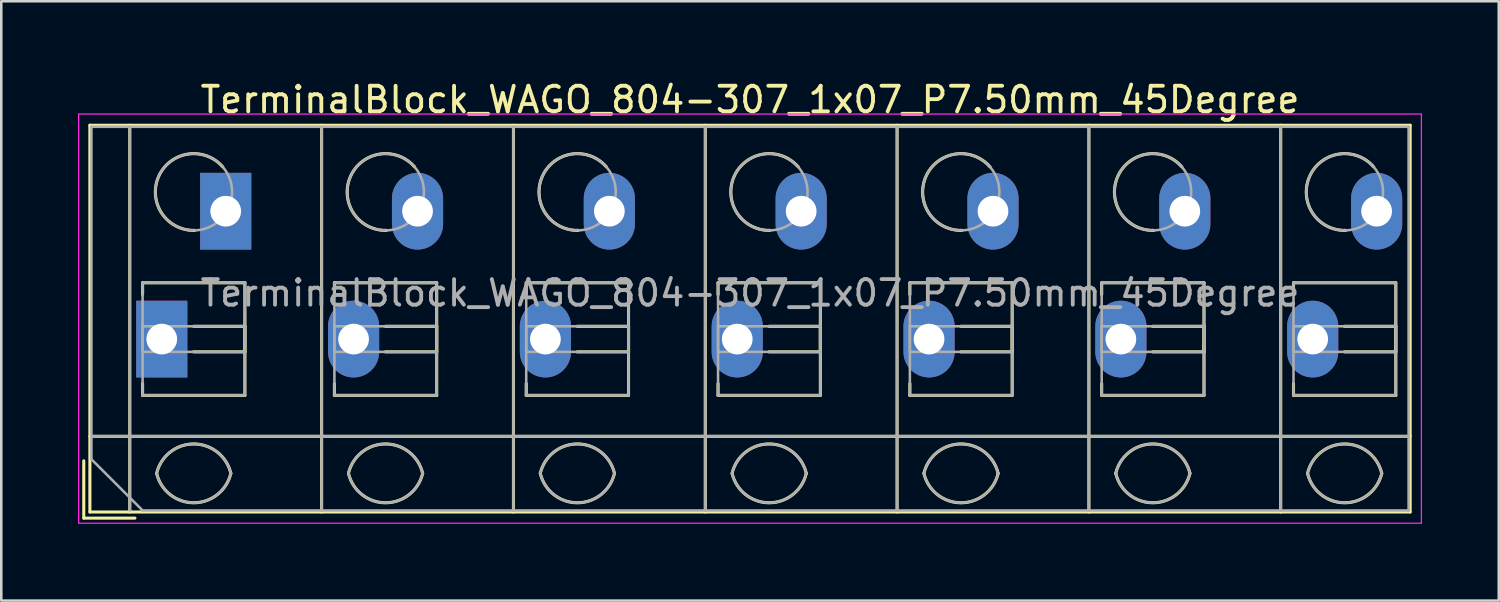
<source format=kicad_pcb>
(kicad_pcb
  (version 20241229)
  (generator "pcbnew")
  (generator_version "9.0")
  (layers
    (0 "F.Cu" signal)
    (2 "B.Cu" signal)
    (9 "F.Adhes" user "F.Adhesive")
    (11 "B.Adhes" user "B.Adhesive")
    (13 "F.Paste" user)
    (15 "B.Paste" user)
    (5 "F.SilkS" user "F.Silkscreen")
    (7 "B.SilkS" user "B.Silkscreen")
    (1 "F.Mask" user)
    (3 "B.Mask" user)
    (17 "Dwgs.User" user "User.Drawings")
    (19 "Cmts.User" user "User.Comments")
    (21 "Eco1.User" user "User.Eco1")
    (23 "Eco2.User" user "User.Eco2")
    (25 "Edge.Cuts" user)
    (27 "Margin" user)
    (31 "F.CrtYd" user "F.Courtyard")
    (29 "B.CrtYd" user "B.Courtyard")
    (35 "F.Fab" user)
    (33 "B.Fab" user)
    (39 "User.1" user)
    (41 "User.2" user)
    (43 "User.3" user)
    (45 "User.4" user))
  (footprint "TerminalBlock_WAGO_804-307_1x07_P7.50mm_45Degree"
    (layer "F.Cu")
    (at 3.275 10.208)
    (property "Reference" "TerminalBlock_WAGO_804-307_1x07_P7.50mm_45Degree" (at 23 -9.36 0) (layer "F.SilkS") (effects (font (size 1 1) (thickness 0.15))))
    (attr through_hole)
    (fp_line (start -3.05 4.76) (end -3.05 7) (stroke (width 0.12) (type solid)) (layer "F.SilkS"))
    (fp_line (start -3.05 7) (end -1.05 7) (stroke (width 0.12) (type solid)) (layer "F.SilkS"))
    (fp_line (start -2.81 -8.361) (end -2.81 6.76) (stroke (width 0.12) (type solid)) (layer "F.SilkS"))
    (fp_line (start -2.81 -8.361) (end 48.81 -8.361) (stroke (width 0.12) (type solid)) (layer "F.SilkS"))
    (fp_line (start -2.81 3.8) (end 48.81 3.8) (stroke (width 0.12) (type solid)) (layer "F.SilkS"))
    (fp_line (start -2.81 6.76) (end 48.81 6.76) (stroke (width 0.12) (type solid)) (layer "F.SilkS"))
    (fp_line (start -1.25 -8.361) (end -1.25 6.76) (stroke (width 0.12) (type solid)) (layer "F.SilkS"))
    (fp_line (start -0.75 -2.2) (end -0.75 -1.74) (stroke (width 0.12) (type solid)) (layer "F.SilkS"))
    (fp_line (start -0.75 -2.2) (end 3.25 -2.2) (stroke (width 0.12) (type solid)) (layer "F.SilkS"))
    (fp_line (start -0.75 1.74) (end -0.75 2.2) (stroke (width 0.12) (type solid)) (layer "F.SilkS"))
    (fp_line (start -0.75 2.2) (end 3.25 2.2) (stroke (width 0.12) (type solid)) (layer "F.SilkS"))
    (fp_line (start 1.24 -0.5) (end 3.25 -0.5) (stroke (width 0.12) (type solid)) (layer "F.SilkS"))
    (fp_line (start 1.24 0.5) (end 3.25 0.5) (stroke (width 0.12) (type solid)) (layer "F.SilkS"))
    (fp_line (start 3.25 -2.2) (end 3.25 2.2) (stroke (width 0.12) (type solid)) (layer "F.SilkS"))
    (fp_line (start 3.25 -0.5) (end 3.25 0.5) (stroke (width 0.12) (type solid)) (layer "F.SilkS"))
    (fp_line (start 6.25 -8.361) (end 6.25 6.76) (stroke (width 0.12) (type solid)) (layer "F.SilkS"))
    (fp_line (start 6.75 -2.2) (end 6.75 -1.74) (stroke (width 0.12) (type solid)) (layer "F.SilkS"))
    (fp_line (start 6.75 -2.2) (end 10.75 -2.2) (stroke (width 0.12) (type solid)) (layer "F.SilkS"))
    (fp_line (start 6.75 1.74) (end 6.75 2.2) (stroke (width 0.12) (type solid)) (layer "F.SilkS"))
    (fp_line (start 6.75 2.2) (end 10.75 2.2) (stroke (width 0.12) (type solid)) (layer "F.SilkS"))
    (fp_line (start 8.74 -0.5) (end 10.75 -0.5) (stroke (width 0.12) (type solid)) (layer "F.SilkS"))
    (fp_line (start 8.74 0.5) (end 10.75 0.5) (stroke (width 0.12) (type solid)) (layer "F.SilkS"))
    (fp_line (start 10.75 -2.2) (end 10.75 2.2) (stroke (width 0.12) (type solid)) (layer "F.SilkS"))
    (fp_line (start 10.75 -0.5) (end 10.75 0.5) (stroke (width 0.12) (type solid)) (layer "F.SilkS"))
    (fp_line (start 13.75 -8.361) (end 13.75 6.76) (stroke (width 0.12) (type solid)) (layer "F.SilkS"))
    (fp_line (start 14.25 -2.2) (end 14.25 -1.74) (stroke (width 0.12) (type solid)) (layer "F.SilkS"))
    (fp_line (start 14.25 -2.2) (end 18.25 -2.2) (stroke (width 0.12) (type solid)) (layer "F.SilkS"))
    (fp_line (start 14.25 1.74) (end 14.25 2.2) (stroke (width 0.12) (type solid)) (layer "F.SilkS"))
    (fp_line (start 14.25 2.2) (end 18.25 2.2) (stroke (width 0.12) (type solid)) (layer "F.SilkS"))
    (fp_line (start 16.24 -0.5) (end 18.25 -0.5) (stroke (width 0.12) (type solid)) (layer "F.SilkS"))
    (fp_line (start 16.24 0.5) (end 18.25 0.5) (stroke (width 0.12) (type solid)) (layer "F.SilkS"))
    (fp_line (start 18.25 -2.2) (end 18.25 2.2) (stroke (width 0.12) (type solid)) (layer "F.SilkS"))
    (fp_line (start 18.25 -0.5) (end 18.25 0.5) (stroke (width 0.12) (type solid)) (layer "F.SilkS"))
    (fp_line (start 21.25 -8.361) (end 21.25 6.76) (stroke (width 0.12) (type solid)) (layer "F.SilkS"))
    (fp_line (start 21.75 -2.2) (end 21.75 -1.74) (stroke (width 0.12) (type solid)) (layer "F.SilkS"))
    (fp_line (start 21.75 -2.2) (end 25.75 -2.2) (stroke (width 0.12) (type solid)) (layer "F.SilkS"))
    (fp_line (start 21.75 1.74) (end 21.75 2.2) (stroke (width 0.12) (type solid)) (layer "F.SilkS"))
    (fp_line (start 21.75 2.2) (end 25.75 2.2) (stroke (width 0.12) (type solid)) (layer "F.SilkS"))
    (fp_line (start 23.74 -0.5) (end 25.75 -0.5) (stroke (width 0.12) (type solid)) (layer "F.SilkS"))
    (fp_line (start 23.74 0.5) (end 25.75 0.5) (stroke (width 0.12) (type solid)) (layer "F.SilkS"))
    (fp_line (start 25.75 -2.2) (end 25.75 2.2) (stroke (width 0.12) (type solid)) (layer "F.SilkS"))
    (fp_line (start 25.75 -0.5) (end 25.75 0.5) (stroke (width 0.12) (type solid)) (layer "F.SilkS"))
    (fp_line (start 28.75 -8.361) (end 28.75 6.76) (stroke (width 0.12) (type solid)) (layer "F.SilkS"))
    (fp_line (start 29.25 -2.2) (end 29.25 -1.74) (stroke (width 0.12) (type solid)) (layer "F.SilkS"))
    (fp_line (start 29.25 -2.2) (end 33.25 -2.2) (stroke (width 0.12) (type solid)) (layer "F.SilkS"))
    (fp_line (start 29.25 1.74) (end 29.25 2.2) (stroke (width 0.12) (type solid)) (layer "F.SilkS"))
    (fp_line (start 29.25 2.2) (end 33.25 2.2) (stroke (width 0.12) (type solid)) (layer "F.SilkS"))
    (fp_line (start 31.24 -0.5) (end 33.25 -0.5) (stroke (width 0.12) (type solid)) (layer "F.SilkS"))
    (fp_line (start 31.24 0.5) (end 33.25 0.5) (stroke (width 0.12) (type solid)) (layer "F.SilkS"))
    (fp_line (start 33.25 -2.2) (end 33.25 2.2) (stroke (width 0.12) (type solid)) (layer "F.SilkS"))
    (fp_line (start 33.25 -0.5) (end 33.25 0.5) (stroke (width 0.12) (type solid)) (layer "F.SilkS"))
    (fp_line (start 36.25 -8.361) (end 36.25 6.76) (stroke (width 0.12) (type solid)) (layer "F.SilkS"))
    (fp_line (start 36.75 -2.2) (end 36.75 -1.74) (stroke (width 0.12) (type solid)) (layer "F.SilkS"))
    (fp_line (start 36.75 -2.2) (end 40.75 -2.2) (stroke (width 0.12) (type solid)) (layer "F.SilkS"))
    (fp_line (start 36.75 1.74) (end 36.75 2.2) (stroke (width 0.12) (type solid)) (layer "F.SilkS"))
    (fp_line (start 36.75 2.2) (end 40.75 2.2) (stroke (width 0.12) (type solid)) (layer "F.SilkS"))
    (fp_line (start 38.74 -0.5) (end 40.75 -0.5) (stroke (width 0.12) (type solid)) (layer "F.SilkS"))
    (fp_line (start 38.74 0.5) (end 40.75 0.5) (stroke (width 0.12) (type solid)) (layer "F.SilkS"))
    (fp_line (start 40.75 -2.2) (end 40.75 2.2) (stroke (width 0.12) (type solid)) (layer "F.SilkS"))
    (fp_line (start 40.75 -0.5) (end 40.75 0.5) (stroke (width 0.12) (type solid)) (layer "F.SilkS"))
    (fp_line (start 43.75 -8.361) (end 43.75 6.76) (stroke (width 0.12) (type solid)) (layer "F.SilkS"))
    (fp_line (start 44.25 -2.2) (end 44.25 -1.74) (stroke (width 0.12) (type solid)) (layer "F.SilkS"))
    (fp_line (start 44.25 -2.2) (end 48.25 -2.2) (stroke (width 0.12) (type solid)) (layer "F.SilkS"))
    (fp_line (start 44.25 1.74) (end 44.25 2.2) (stroke (width 0.12) (type solid)) (layer "F.SilkS"))
    (fp_line (start 44.25 2.2) (end 48.25 2.2) (stroke (width 0.12) (type solid)) (layer "F.SilkS"))
    (fp_line (start 46.24 -0.5) (end 48.25 -0.5) (stroke (width 0.12) (type solid)) (layer "F.SilkS"))
    (fp_line (start 46.24 0.5) (end 48.25 0.5) (stroke (width 0.12) (type solid)) (layer "F.SilkS"))
    (fp_line (start 48.25 -2.2) (end 48.25 2.2) (stroke (width 0.12) (type solid)) (layer "F.SilkS"))
    (fp_line (start 48.25 -0.5) (end 48.25 0.5) (stroke (width 0.12) (type solid)) (layer "F.SilkS"))
    (fp_line (start 48.81 -8.361) (end 48.81 6.76) (stroke (width 0.12) (type solid)) (layer "F.SilkS"))
    (fp_arc (start -0.200865 5.250424) (mid 1.250296 4.099926) (end 2.701 5.251) (stroke (width 0.12) (type solid)) (layer "F.SilkS"))
    (fp_arc (start 1.276179 -4.250228) (mid 1.26309 -4.250057) (end 1.25 -4.25) (stroke (width 0.12) (type solid)) (layer "F.SilkS"))
    (fp_arc (start 1.276275 -4.248926) (mid -0.121539 -6.360568) (end 2.383 -6.735) (stroke (width 0.12) (type solid)) (layer "F.SilkS"))
    (fp_arc (start 2.7 5.25) (mid 1.250068 6.400101) (end -0.199969 5.250133) (stroke (width 0.12) (type solid)) (layer "F.SilkS"))
    (fp_arc (start 7.299135 5.250424) (mid 8.750296 4.099926) (end 10.201 5.251) (stroke (width 0.12) (type solid)) (layer "F.SilkS"))
    (fp_arc (start 8.776179 -4.250228) (mid 8.76309 -4.250057) (end 8.75 -4.25) (stroke (width 0.12) (type solid)) (layer "F.SilkS"))
    (fp_arc (start 8.776275 -4.248926) (mid 7.378461 -6.360568) (end 9.883 -6.735) (stroke (width 0.12) (type solid)) (layer "F.SilkS"))
    (fp_arc (start 10.2 5.25) (mid 8.750068 6.400101) (end 7.300031 5.250133) (stroke (width 0.12) (type solid)) (layer "F.SilkS"))
    (fp_arc (start 14.799135 5.250424) (mid 16.250296 4.099926) (end 17.701 5.251) (stroke (width 0.12) (type solid)) (layer "F.SilkS"))
    (fp_arc (start 16.276179 -4.250228) (mid 16.26309 -4.250057) (end 16.25 -4.25) (stroke (width 0.12) (type solid)) (layer "F.SilkS"))
    (fp_arc (start 16.276275 -4.248926) (mid 14.878461 -6.360568) (end 17.383 -6.735) (stroke (width 0.12) (type solid)) (layer "F.SilkS"))
    (fp_arc (start 17.7 5.25) (mid 16.250068 6.400101) (end 14.800031 5.250133) (stroke (width 0.12) (type solid)) (layer "F.SilkS"))
    (fp_arc (start 22.299135 5.250424) (mid 23.750296 4.099926) (end 25.201 5.251) (stroke (width 0.12) (type solid)) (layer "F.SilkS"))
    (fp_arc (start 23.776179 -4.250228) (mid 23.76309 -4.250057) (end 23.75 -4.25) (stroke (width 0.12) (type solid)) (layer "F.SilkS"))
    (fp_arc (start 23.776275 -4.248926) (mid 22.378461 -6.360568) (end 24.883 -6.735) (stroke (width 0.12) (type solid)) (layer "F.SilkS"))
    (fp_arc (start 25.2 5.25) (mid 23.750068 6.400101) (end 22.300031 5.250133) (stroke (width 0.12) (type solid)) (layer "F.SilkS"))
    (fp_arc (start 29.799135 5.250424) (mid 31.250296 4.099926) (end 32.701 5.251) (stroke (width 0.12) (type solid)) (layer "F.SilkS"))
    (fp_arc (start 31.276179 -4.250228) (mid 31.26309 -4.250057) (end 31.25 -4.25) (stroke (width 0.12) (type solid)) (layer "F.SilkS"))
    (fp_arc (start 31.276275 -4.248926) (mid 29.878461 -6.360568) (end 32.383 -6.735) (stroke (width 0.12) (type solid)) (layer "F.SilkS"))
    (fp_arc (start 32.701 5.25) (mid 31.250296 6.401074) (end 29.799135 5.250576) (stroke (width 0.12) (type solid)) (layer "F.SilkS"))
    (fp_arc (start 37.299135 5.250424) (mid 38.750296 4.099926) (end 40.201 5.251) (stroke (width 0.12) (type solid)) (layer "F.SilkS"))
    (fp_arc (start 38.776179 -4.250228) (mid 38.76309 -4.250057) (end 38.75 -4.25) (stroke (width 0.12) (type solid)) (layer "F.SilkS"))
    (fp_arc (start 38.776275 -4.248926) (mid 37.378461 -6.360568) (end 39.883 -6.735) (stroke (width 0.12) (type solid)) (layer "F.SilkS"))
    (fp_arc (start 40.2 5.25) (mid 38.750068 6.400101) (end 37.300031 5.250133) (stroke (width 0.12) (type solid)) (layer "F.SilkS"))
    (fp_arc (start 44.799135 5.250424) (mid 46.250296 4.099926) (end 47.701 5.251) (stroke (width 0.12) (type solid)) (layer "F.SilkS"))
    (fp_arc (start 46.276179 -4.250228) (mid 46.26309 -4.250057) (end 46.25 -4.25) (stroke (width 0.12) (type solid)) (layer "F.SilkS"))
    (fp_arc (start 46.276275 -4.248926) (mid 44.878461 -6.360568) (end 47.383 -6.735) (stroke (width 0.12) (type solid)) (layer "F.SilkS"))
    (fp_arc (start 47.7 5.25) (mid 46.250068 6.400101) (end 44.800031 5.250133) (stroke (width 0.12) (type solid)) (layer "F.SilkS"))
    (fp_line (start -3.25 -8.8) (end -3.25 7.2) (stroke (width 0.05) (type solid)) (layer "F.CrtYd"))
    (fp_line (start -3.25 7.2) (end 49.25 7.2) (stroke (width 0.05) (type solid)) (layer "F.CrtYd"))
    (fp_line (start 49.25 -8.8) (end -3.25 -8.8) (stroke (width 0.05) (type solid)) (layer "F.CrtYd"))
    (fp_line (start 49.25 7.2) (end 49.25 -8.8) (stroke (width 0.05) (type solid)) (layer "F.CrtYd"))
    (fp_line (start -2.75 -8.3) (end 48.75 -8.3) (stroke (width 0.1) (type solid)) (layer "F.Fab"))
    (fp_line (start -2.75 3.8) (end 48.75 3.8) (stroke (width 0.1) (type solid)) (layer "F.Fab"))
    (fp_line (start -2.75 4.7) (end -2.75 -8.3) (stroke (width 0.1) (type solid)) (layer "F.Fab"))
    (fp_line (start -1.25 -8.3) (end -1.25 6.7) (stroke (width 0.1) (type solid)) (layer "F.Fab"))
    (fp_line (start -0.75 -2.2) (end -0.75 2.2) (stroke (width 0.1) (type solid)) (layer "F.Fab"))
    (fp_line (start -0.75 -0.5) (end -0.75 0.5) (stroke (width 0.1) (type solid)) (layer "F.Fab"))
    (fp_line (start -0.75 0.5) (end 3.25 0.5) (stroke (width 0.1) (type solid)) (layer "F.Fab"))
    (fp_line (start -0.75 2.2) (end 3.25 2.2) (stroke (width 0.1) (type solid)) (layer "F.Fab"))
    (fp_line (start -0.75 6.7) (end -2.75 4.7) (stroke (width 0.1) (type solid)) (layer "F.Fab"))
    (fp_line (start 3.25 -2.2) (end -0.75 -2.2) (stroke (width 0.1) (type solid)) (layer "F.Fab"))
    (fp_line (start 3.25 -0.5) (end -0.75 -0.5) (stroke (width 0.1) (type solid)) (layer "F.Fab"))
    (fp_line (start 3.25 0.5) (end 3.25 -0.5) (stroke (width 0.1) (type solid)) (layer "F.Fab"))
    (fp_line (start 3.25 2.2) (end 3.25 -2.2) (stroke (width 0.1) (type solid)) (layer "F.Fab"))
    (fp_line (start 6.25 -8.3) (end 6.25 6.7) (stroke (width 0.1) (type solid)) (layer "F.Fab"))
    (fp_line (start 6.75 -2.2) (end 6.75 2.2) (stroke (width 0.1) (type solid)) (layer "F.Fab"))
    (fp_line (start 6.75 -0.5) (end 6.75 0.5) (stroke (width 0.1) (type solid)) (layer "F.Fab"))
    (fp_line (start 6.75 0.5) (end 10.75 0.5) (stroke (width 0.1) (type solid)) (layer "F.Fab"))
    (fp_line (start 6.75 2.2) (end 10.75 2.2) (stroke (width 0.1) (type solid)) (layer "F.Fab"))
    (fp_line (start 10.75 -2.2) (end 6.75 -2.2) (stroke (width 0.1) (type solid)) (layer "F.Fab"))
    (fp_line (start 10.75 -0.5) (end 6.75 -0.5) (stroke (width 0.1) (type solid)) (layer "F.Fab"))
    (fp_line (start 10.75 0.5) (end 10.75 -0.5) (stroke (width 0.1) (type solid)) (layer "F.Fab"))
    (fp_line (start 10.75 2.2) (end 10.75 -2.2) (stroke (width 0.1) (type solid)) (layer "F.Fab"))
    (fp_line (start 13.75 -8.3) (end 13.75 6.7) (stroke (width 0.1) (type solid)) (layer "F.Fab"))
    (fp_line (start 14.25 -2.2) (end 14.25 2.2) (stroke (width 0.1) (type solid)) (layer "F.Fab"))
    (fp_line (start 14.25 -0.5) (end 14.25 0.5) (stroke (width 0.1) (type solid)) (layer "F.Fab"))
    (fp_line (start 14.25 0.5) (end 18.25 0.5) (stroke (width 0.1) (type solid)) (layer "F.Fab"))
    (fp_line (start 14.25 2.2) (end 18.25 2.2) (stroke (width 0.1) (type solid)) (layer "F.Fab"))
    (fp_line (start 18.25 -2.2) (end 14.25 -2.2) (stroke (width 0.1) (type solid)) (layer "F.Fab"))
    (fp_line (start 18.25 -0.5) (end 14.25 -0.5) (stroke (width 0.1) (type solid)) (layer "F.Fab"))
    (fp_line (start 18.25 0.5) (end 18.25 -0.5) (stroke (width 0.1) (type solid)) (layer "F.Fab"))
    (fp_line (start 18.25 2.2) (end 18.25 -2.2) (stroke (width 0.1) (type solid)) (layer "F.Fab"))
    (fp_line (start 21.25 -8.3) (end 21.25 6.7) (stroke (width 0.1) (type solid)) (layer "F.Fab"))
    (fp_line (start 21.75 -2.2) (end 21.75 2.2) (stroke (width 0.1) (type solid)) (layer "F.Fab"))
    (fp_line (start 21.75 -0.5) (end 21.75 0.5) (stroke (width 0.1) (type solid)) (layer "F.Fab"))
    (fp_line (start 21.75 0.5) (end 25.75 0.5) (stroke (width 0.1) (type solid)) (layer "F.Fab"))
    (fp_line (start 21.75 2.2) (end 25.75 2.2) (stroke (width 0.1) (type solid)) (layer "F.Fab"))
    (fp_line (start 25.75 -2.2) (end 21.75 -2.2) (stroke (width 0.1) (type solid)) (layer "F.Fab"))
    (fp_line (start 25.75 -0.5) (end 21.75 -0.5) (stroke (width 0.1) (type solid)) (layer "F.Fab"))
    (fp_line (start 25.75 0.5) (end 25.75 -0.5) (stroke (width 0.1) (type solid)) (layer "F.Fab"))
    (fp_line (start 25.75 2.2) (end 25.75 -2.2) (stroke (width 0.1) (type solid)) (layer "F.Fab"))
    (fp_line (start 28.75 -8.3) (end 28.75 6.7) (stroke (width 0.1) (type solid)) (layer "F.Fab"))
    (fp_line (start 29.25 -2.2) (end 29.25 2.2) (stroke (width 0.1) (type solid)) (layer "F.Fab"))
    (fp_line (start 29.25 -0.5) (end 29.25 0.5) (stroke (width 0.1) (type solid)) (layer "F.Fab"))
    (fp_line (start 29.25 0.5) (end 33.25 0.5) (stroke (width 0.1) (type solid)) (layer "F.Fab"))
    (fp_line (start 29.25 2.2) (end 33.25 2.2) (stroke (width 0.1) (type solid)) (layer "F.Fab"))
    (fp_line (start 33.25 -2.2) (end 29.25 -2.2) (stroke (width 0.1) (type solid)) (layer "F.Fab"))
    (fp_line (start 33.25 -0.5) (end 29.25 -0.5) (stroke (width 0.1) (type solid)) (layer "F.Fab"))
    (fp_line (start 33.25 0.5) (end 33.25 -0.5) (stroke (width 0.1) (type solid)) (layer "F.Fab"))
    (fp_line (start 33.25 2.2) (end 33.25 -2.2) (stroke (width 0.1) (type solid)) (layer "F.Fab"))
    (fp_line (start 36.25 -8.3) (end 36.25 6.7) (stroke (width 0.1) (type solid)) (layer "F.Fab"))
    (fp_line (start 36.75 -2.2) (end 36.75 2.2) (stroke (width 0.1) (type solid)) (layer "F.Fab"))
    (fp_line (start 36.75 -0.5) (end 36.75 0.5) (stroke (width 0.1) (type solid)) (layer "F.Fab"))
    (fp_line (start 36.75 0.5) (end 40.75 0.5) (stroke (width 0.1) (type solid)) (layer "F.Fab"))
    (fp_line (start 36.75 2.2) (end 40.75 2.2) (stroke (width 0.1) (type solid)) (layer "F.Fab"))
    (fp_line (start 40.75 -2.2) (end 36.75 -2.2) (stroke (width 0.1) (type solid)) (layer "F.Fab"))
    (fp_line (start 40.75 -0.5) (end 36.75 -0.5) (stroke (width 0.1) (type solid)) (layer "F.Fab"))
    (fp_line (start 40.75 0.5) (end 40.75 -0.5) (stroke (width 0.1) (type solid)) (layer "F.Fab"))
    (fp_line (start 40.75 2.2) (end 40.75 -2.2) (stroke (width 0.1) (type solid)) (layer "F.Fab"))
    (fp_line (start 43.75 -8.3) (end 43.75 6.7) (stroke (width 0.1) (type solid)) (layer "F.Fab"))
    (fp_line (start 44.25 -2.2) (end 44.25 2.2) (stroke (width 0.1) (type solid)) (layer "F.Fab"))
    (fp_line (start 44.25 -0.5) (end 44.25 0.5) (stroke (width 0.1) (type solid)) (layer "F.Fab"))
    (fp_line (start 44.25 0.5) (end 48.25 0.5) (stroke (width 0.1) (type solid)) (layer "F.Fab"))
    (fp_line (start 44.25 2.2) (end 48.25 2.2) (stroke (width 0.1) (type solid)) (layer "F.Fab"))
    (fp_line (start 48.25 -2.2) (end 44.25 -2.2) (stroke (width 0.1) (type solid)) (layer "F.Fab"))
    (fp_line (start 48.25 -0.5) (end 44.25 -0.5) (stroke (width 0.1) (type solid)) (layer "F.Fab"))
    (fp_line (start 48.25 0.5) (end 48.25 -0.5) (stroke (width 0.1) (type solid)) (layer "F.Fab"))
    (fp_line (start 48.25 2.2) (end 48.25 -2.2) (stroke (width 0.1) (type solid)) (layer "F.Fab"))
    (fp_line (start 48.75 -8.3) (end 48.75 6.7) (stroke (width 0.1) (type solid)) (layer "F.Fab"))
    (fp_line (start 48.75 6.7) (end -0.75 6.7) (stroke (width 0.1) (type solid)) (layer "F.Fab"))
    (fp_arc (start -0.200865 5.250424) (mid 1.250296 4.099926) (end 2.701 5.251) (stroke (width 0.1) (type solid)) (layer "F.Fab"))
    (fp_arc (start 2.7 5.25) (mid 1.250068 6.400101) (end -0.199969 5.250133) (stroke (width 0.1) (type solid)) (layer "F.Fab"))
    (fp_arc (start 7.299135 5.250424) (mid 8.750296 4.099926) (end 10.201 5.251) (stroke (width 0.1) (type solid)) (layer "F.Fab"))
    (fp_arc (start 10.2 5.25) (mid 8.750068 6.400101) (end 7.300031 5.250133) (stroke (width 0.1) (type solid)) (layer "F.Fab"))
    (fp_arc (start 14.799135 5.250424) (mid 16.250296 4.099926) (end 17.701 5.251) (stroke (width 0.1) (type solid)) (layer "F.Fab"))
    (fp_arc (start 17.7 5.25) (mid 16.250068 6.400101) (end 14.800031 5.250133) (stroke (width 0.1) (type solid)) (layer "F.Fab"))
    (fp_arc (start 22.299135 5.250424) (mid 23.750296 4.099926) (end 25.201 5.251) (stroke (width 0.1) (type solid)) (layer "F.Fab"))
    (fp_arc (start 25.2 5.25) (mid 23.750068 6.400101) (end 22.300031 5.250133) (stroke (width 0.1) (type solid)) (layer "F.Fab"))
    (fp_arc (start 29.799135 5.250424) (mid 31.250296 4.099926) (end 32.701 5.251) (stroke (width 0.1) (type solid)) (layer "F.Fab"))
    (fp_arc (start 32.701 5.25) (mid 31.250296 6.401074) (end 29.799135 5.250576) (stroke (width 0.1) (type solid)) (layer "F.Fab"))
    (fp_arc (start 37.299135 5.250424) (mid 38.750296 4.099926) (end 40.201 5.251) (stroke (width 0.1) (type solid)) (layer "F.Fab"))
    (fp_arc (start 40.2 5.25) (mid 38.750068 6.400101) (end 37.300031 5.250133) (stroke (width 0.1) (type solid)) (layer "F.Fab"))
    (fp_arc (start 44.799135 5.250424) (mid 46.250296 4.099926) (end 47.701 5.251) (stroke (width 0.1) (type solid)) (layer "F.Fab"))
    (fp_arc (start 47.7 5.25) (mid 46.250068 6.400101) (end 44.800031 5.250133) (stroke (width 0.1) (type solid)) (layer "F.Fab"))
    (fp_circle (center 1.25 -5.75) (end 2.75 -5.75) (stroke (width 0.1) (type solid)) (fill no) (layer "F.Fab"))
    (fp_circle (center 8.75 -5.75) (end 10.25 -5.75) (stroke (width 0.1) (type solid)) (fill no) (layer "F.Fab"))
    (fp_circle (center 16.25 -5.75) (end 17.75 -5.75) (stroke (width 0.1) (type solid)) (fill no) (layer "F.Fab"))
    (fp_circle (center 23.75 -5.75) (end 25.25 -5.75) (stroke (width 0.1) (type solid)) (fill no) (layer "F.Fab"))
    (fp_circle (center 31.25 -5.75) (end 32.75 -5.75) (stroke (width 0.1) (type solid)) (fill no) (layer "F.Fab"))
    (fp_circle (center 38.75 -5.75) (end 40.25 -5.75) (stroke (width 0.1) (type solid)) (fill no) (layer "F.Fab"))
    (fp_circle (center 46.25 -5.75) (end 47.75 -5.75) (stroke (width 0.1) (type solid)) (fill no) (layer "F.Fab"))
    (fp_text user "${REFERENCE}" (at 23 -1.8 0) (layer "F.Fab") (effects (font (size 1 1) (thickness 0.15))))
    (pad "1" thru_hole rect (at 0 0) (size 2 3) (drill 1.2) (layers "*.Cu" "*.Mask"))
    (pad "1" thru_hole rect (at 2.5 -5) (size 2 3) (drill 1.2) (layers "*.Cu" "*.Mask"))
    (pad "2" thru_hole oval (at 7.5 0) (size 2 3) (drill 1.2) (layers "*.Cu" "*.Mask"))
    (pad "2" thru_hole oval (at 10 -5) (size 2 3) (drill 1.2) (layers "*.Cu" "*.Mask"))
    (pad "3" thru_hole oval (at 15 0) (size 2 3) (drill 1.2) (layers "*.Cu" "*.Mask"))
    (pad "3" thru_hole oval (at 17.5 -5) (size 2 3) (drill 1.2) (layers "*.Cu" "*.Mask"))
    (pad "4" thru_hole oval (at 22.5 0) (size 2 3) (drill 1.2) (layers "*.Cu" "*.Mask"))
    (pad "4" thru_hole oval (at 25 -5) (size 2 3) (drill 1.2) (layers "*.Cu" "*.Mask"))
    (pad "5" thru_hole oval (at 30 0) (size 2 3) (drill 1.2) (layers "*.Cu" "*.Mask"))
    (pad "5" thru_hole oval (at 32.5 -5) (size 2 3) (drill 1.2) (layers "*.Cu" "*.Mask"))
    (pad "6" thru_hole oval (at 37.5 0) (size 2 3) (drill 1.2) (layers "*.Cu" "*.Mask"))
    (pad "6" thru_hole oval (at 40 -5) (size 2 3) (drill 1.2) (layers "*.Cu" "*.Mask"))
    (pad "7" thru_hole oval (at 45 0) (size 2 3) (drill 1.2) (layers "*.Cu" "*.Mask"))
    (pad "7" thru_hole oval (at 47.5 -5) (size 2 3) (drill 1.2) (layers "*.Cu" "*.Mask")))
  (gr_rect
    (start -3 -3)
    (end 55.55 20.433)
    (stroke (width 0.1) (type default))
    (fill no)
    (layer "Edge.Cuts")))
</source>
